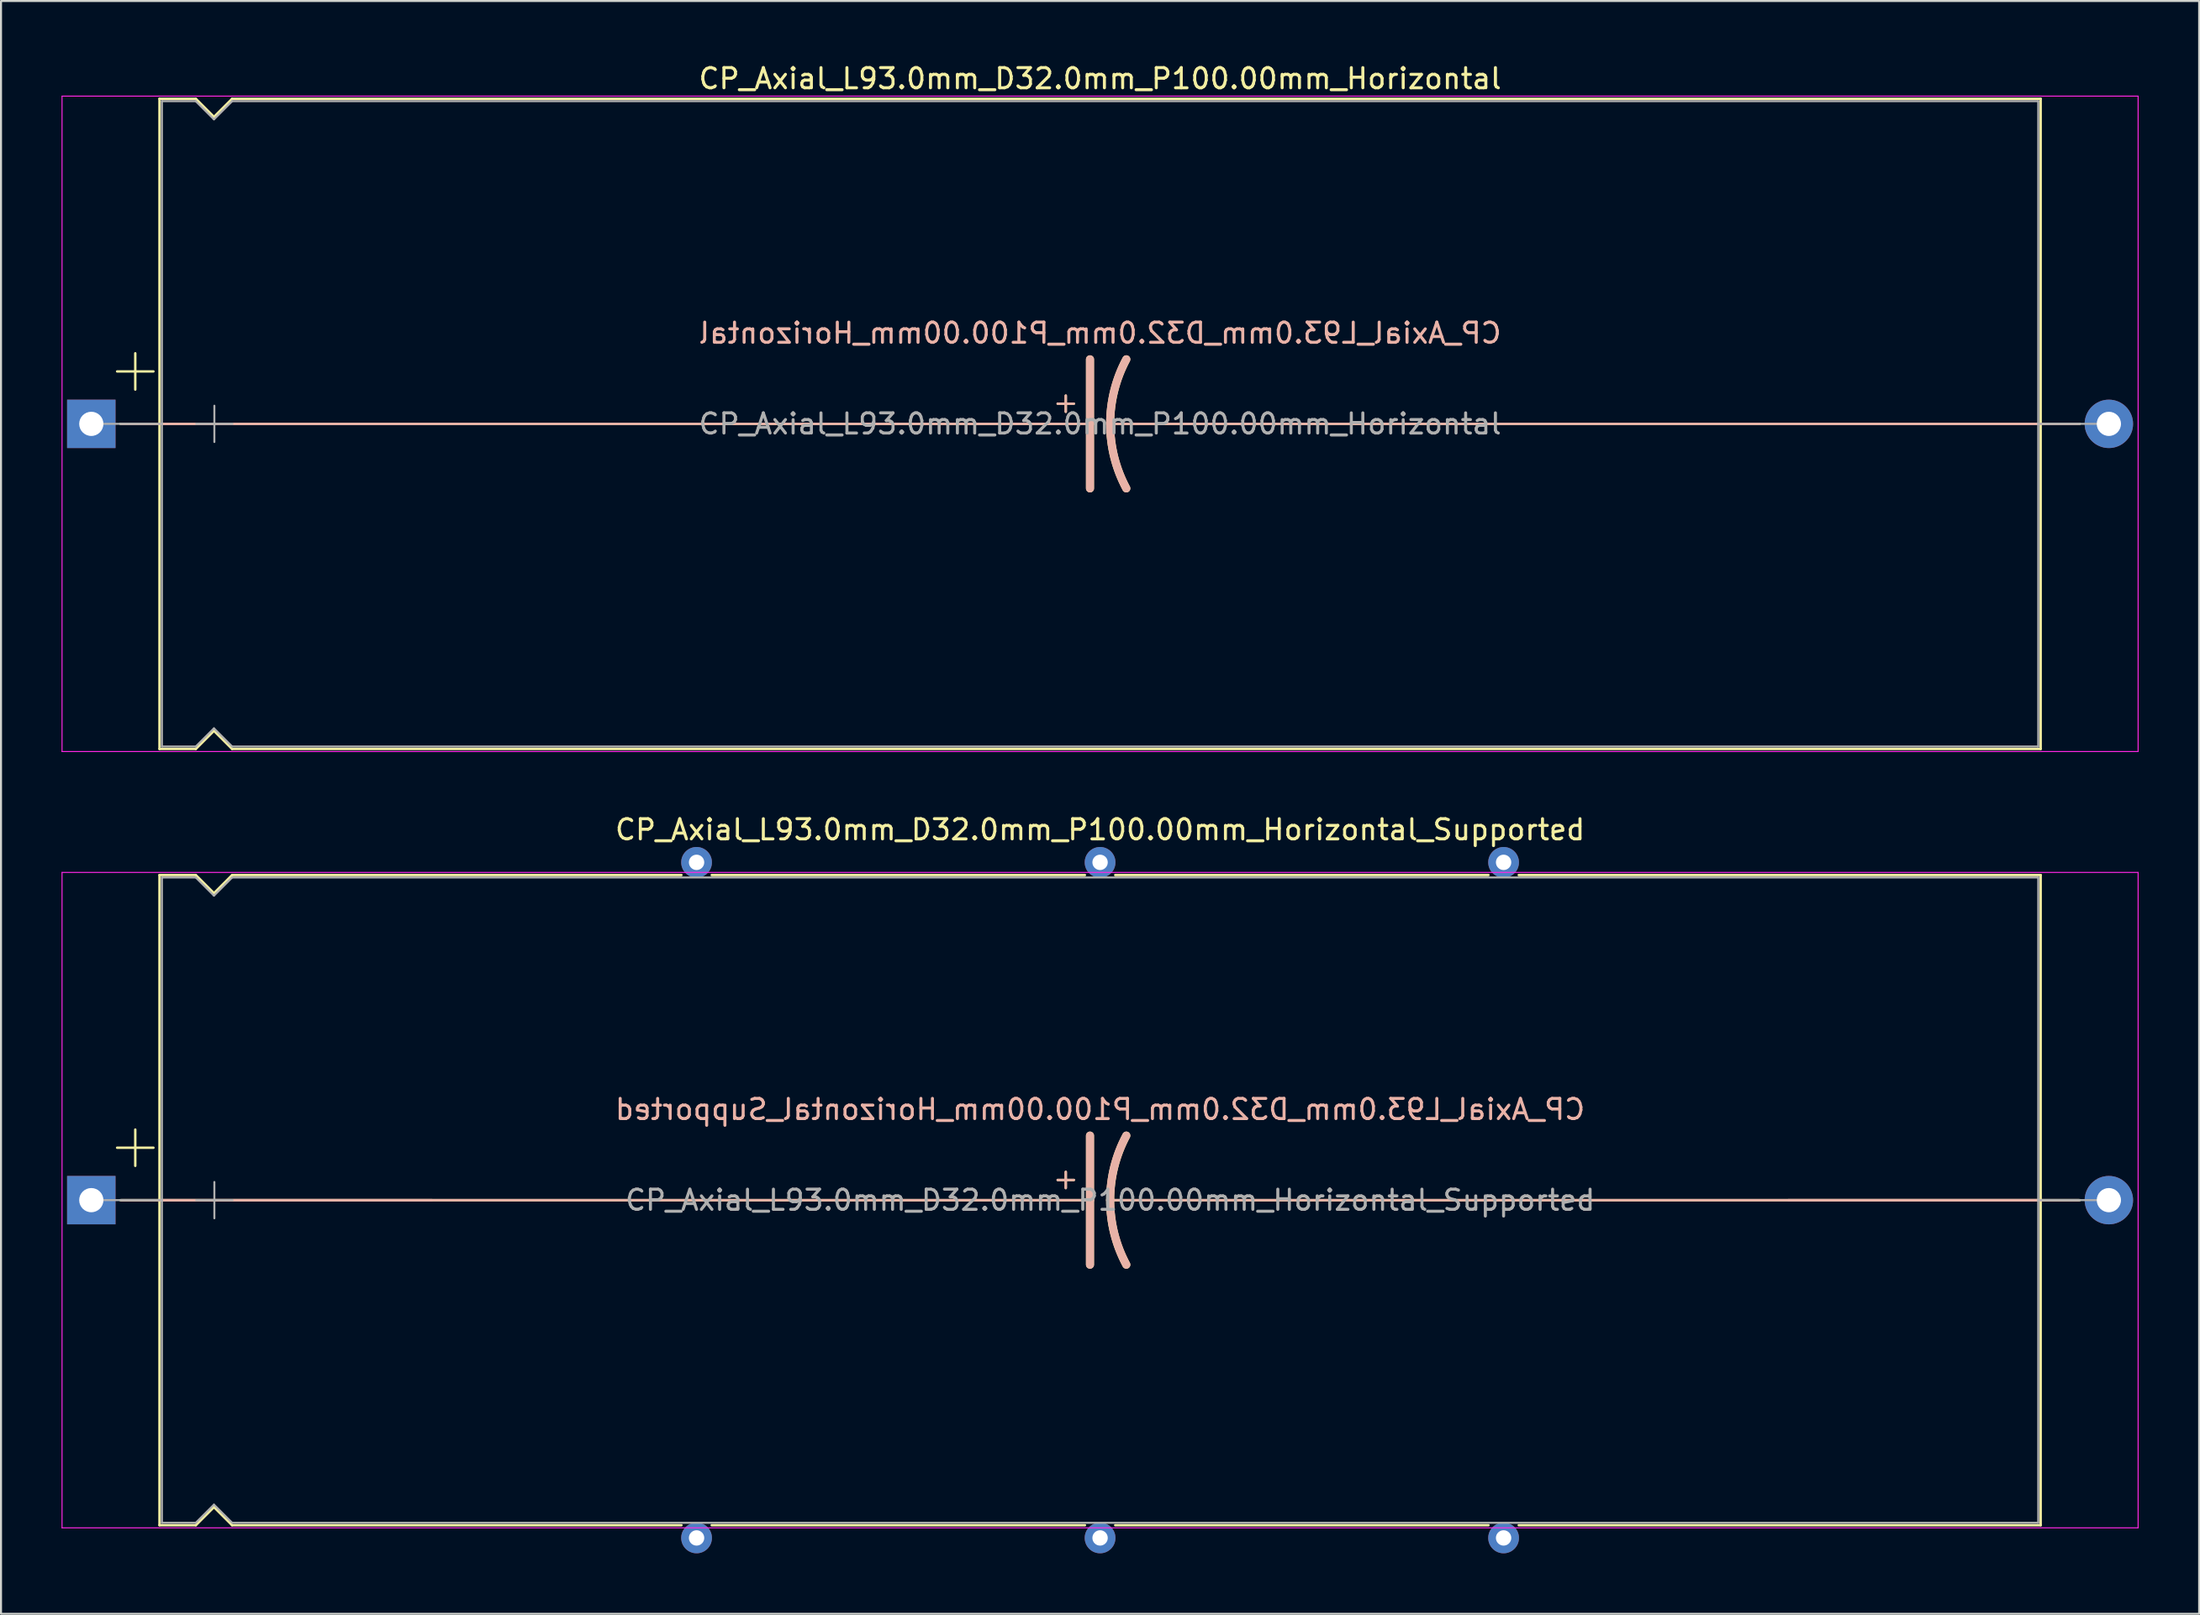
<source format=kicad_pcb>
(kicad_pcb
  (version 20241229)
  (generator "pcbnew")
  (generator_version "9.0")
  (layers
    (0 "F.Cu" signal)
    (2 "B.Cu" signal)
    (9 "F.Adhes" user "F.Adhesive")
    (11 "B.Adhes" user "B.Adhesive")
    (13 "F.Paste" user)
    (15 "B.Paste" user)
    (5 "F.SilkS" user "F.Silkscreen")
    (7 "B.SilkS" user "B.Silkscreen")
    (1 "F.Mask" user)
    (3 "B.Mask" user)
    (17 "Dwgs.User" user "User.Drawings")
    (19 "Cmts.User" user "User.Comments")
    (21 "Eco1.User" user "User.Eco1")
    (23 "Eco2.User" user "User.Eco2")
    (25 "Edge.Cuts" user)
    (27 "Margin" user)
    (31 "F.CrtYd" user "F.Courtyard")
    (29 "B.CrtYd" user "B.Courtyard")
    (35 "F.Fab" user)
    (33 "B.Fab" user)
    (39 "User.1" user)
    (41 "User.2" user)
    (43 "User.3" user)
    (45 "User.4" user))
  (footprint "CP_Axial_L93.0mm_D32.0mm_P100.00mm_Horizontal_Supported"
    (layer "F.Cu")
    (at 1.475 56.462)
    (property "Reference" "CP_Axial_L93.0mm_D32.0mm_P100.00mm_Horizontal_Supported" (at 50 -18.37 0) (layer "F.SilkS") (effects (font (size 1 1) (thickness 0.15))))
    (fp_line (start 1.28 -2.6) (end 3.08 -2.6) (stroke (width 0.12) (type solid)) (layer "F.SilkS"))
    (fp_line (start 1.44 0) (end 3.38 0) (stroke (width 0.12) (type solid)) (layer "F.SilkS"))
    (fp_line (start 2.18 -3.5) (end 2.18 -1.7) (stroke (width 0.12) (type solid)) (layer "F.SilkS"))
    (fp_line (start 3.38 -16.12) (end 3.38 16.12) (stroke (width 0.12) (type solid)) (layer "F.SilkS"))
    (fp_line (start 3.38 -16.12) (end 5.18 -16.12) (stroke (width 0.12) (type solid)) (layer "F.SilkS"))
    (fp_line (start 3.38 0) (end 49.5 0) (stroke (width 0.12) (type solid)) (layer "F.SilkS"))
    (fp_line (start 3.38 16.12) (end 5.18 16.12) (stroke (width 0.12) (type solid)) (layer "F.SilkS"))
    (fp_line (start 5.18 -16.12) (end 6.08 -15.22) (stroke (width 0.12) (type solid)) (layer "F.SilkS"))
    (fp_line (start 5.18 16.12) (end 6.08 15.22) (stroke (width 0.12) (type solid)) (layer "F.SilkS"))
    (fp_line (start 6.08 -15.22) (end 6.98 -16.12) (stroke (width 0.12) (type solid)) (layer "F.SilkS"))
    (fp_line (start 6.08 15.22) (end 6.98 16.12) (stroke (width 0.12) (type solid)) (layer "F.SilkS"))
    (fp_line (start 6.98 -16.12) (end 29.25 -16.12) (stroke (width 0.12) (type solid)) (layer "F.SilkS"))
    (fp_line (start 6.98 16.12) (end 29.25 16.12) (stroke (width 0.12) (type solid)) (layer "F.SilkS"))
    (fp_line (start 30.75 -16.12) (end 49.25 -16.12) (stroke (width 0.12) (type solid)) (layer "F.SilkS"))
    (fp_line (start 30.75 16.12) (end 49.25 16.12) (stroke (width 0.12) (type solid)) (layer "F.SilkS"))
    (fp_line (start 47.9 -1) (end 48.7 -1) (stroke (width 0.12) (type solid)) (layer "F.SilkS"))
    (fp_line (start 48.3 -1.4) (end 48.3 -0.6) (stroke (width 0.12) (type solid)) (layer "F.SilkS"))
    (fp_line (start 49.5 0) (end 49.5 -3.2) (stroke (width 0.4) (type solid)) (layer "F.SilkS"))
    (fp_line (start 49.5 0) (end 49.5 3.2) (stroke (width 0.4) (type solid)) (layer "F.SilkS"))
    (fp_line (start 50.75 -16.12) (end 69.25 -16.12) (stroke (width 0.12) (type solid)) (layer "F.SilkS"))
    (fp_line (start 50.75 16.12) (end 69.25 16.12) (stroke (width 0.12) (type solid)) (layer "F.SilkS"))
    (fp_line (start 70.75 -16.12) (end 96.62 -16.12) (stroke (width 0.12) (type solid)) (layer "F.SilkS"))
    (fp_line (start 70.75 16.12) (end 96.62 16.12) (stroke (width 0.12) (type solid)) (layer "F.SilkS"))
    (fp_line (start 96.62 -16.12) (end 96.62 16.12) (stroke (width 0.12) (type solid)) (layer "F.SilkS"))
    (fp_line (start 96.62 0) (end 50.5 0) (stroke (width 0.12) (type solid)) (layer "F.SilkS"))
    (fp_line (start 98.56 0) (end 96.62 0) (stroke (width 0.12) (type solid)) (layer "F.SilkS"))
    (fp_arc (start 50.5 0) (mid 50.703545 -1.649114) (end 51.3 -3.2) (stroke (width 0.4) (type solid)) (layer "F.SilkS"))
    (fp_arc (start 51.3 3.2) (mid 50.700704 1.649824) (end 50.5 0) (stroke (width 0.4) (type solid)) (layer "F.SilkS"))
    (fp_line (start 1.5 0) (end 16.88 0) (stroke (width 0.12) (type solid)) (layer "B.SilkS"))
    (fp_line (start 3.38 0) (end 49.5 0) (stroke (width 0.12) (type solid)) (layer "B.SilkS"))
    (fp_line (start 47.9 -1) (end 48.7 -1) (stroke (width 0.12) (type solid)) (layer "B.SilkS"))
    (fp_line (start 48.3 -0.6) (end 48.3 -1.4) (stroke (width 0.12) (type solid)) (layer "B.SilkS"))
    (fp_line (start 49.5 0) (end 49.5 -3.2) (stroke (width 0.4) (type solid)) (layer "B.SilkS"))
    (fp_line (start 49.5 0) (end 49.5 3.2) (stroke (width 0.4) (type solid)) (layer "B.SilkS"))
    (fp_line (start 96.62 0) (end 50.5 0) (stroke (width 0.12) (type solid)) (layer "B.SilkS"))
    (fp_line (start 98.5 0) (end 84.12 0) (stroke (width 0.12) (type solid)) (layer "B.SilkS"))
    (fp_arc (start 50.5 0) (mid 50.700703 -1.649824) (end 51.3 -3.2) (stroke (width 0.4) (type solid)) (layer "B.SilkS"))
    (fp_arc (start 51.3 3.2) (mid 50.703544 1.649114) (end 50.5 0) (stroke (width 0.4) (type solid)) (layer "B.SilkS"))
    (fp_line (start -1.45 -16.25) (end -1.45 16.25) (stroke (width 0.05) (type solid)) (layer "F.CrtYd"))
    (fp_line (start -1.45 16.25) (end 101.45 16.25) (stroke (width 0.05) (type solid)) (layer "F.CrtYd"))
    (fp_line (start 101.45 -16.25) (end -1.45 -16.25) (stroke (width 0.05) (type solid)) (layer "F.CrtYd"))
    (fp_line (start 101.45 16.25) (end 101.45 -16.25) (stroke (width 0.05) (type solid)) (layer "F.CrtYd"))
    (fp_line (start 0 0) (end 3.5 0) (stroke (width 0.1) (type solid)) (layer "F.Fab"))
    (fp_line (start 3.5 -16) (end 3.5 16) (stroke (width 0.1) (type solid)) (layer "F.Fab"))
    (fp_line (start 3.5 -16) (end 5.18 -16) (stroke (width 0.1) (type solid)) (layer "F.Fab"))
    (fp_line (start 3.5 16) (end 5.18 16) (stroke (width 0.1) (type solid)) (layer "F.Fab"))
    (fp_line (start 5.18 -16) (end 6.08 -15.1) (stroke (width 0.1) (type solid)) (layer "F.Fab"))
    (fp_line (start 5.18 16) (end 6.08 15.1) (stroke (width 0.1) (type solid)) (layer "F.Fab"))
    (fp_line (start 5.2 0) (end 7 0) (stroke (width 0.1) (type solid)) (layer "F.Fab"))
    (fp_line (start 6.08 -15.1) (end 6.98 -16) (stroke (width 0.1) (type solid)) (layer "F.Fab"))
    (fp_line (start 6.08 15.1) (end 6.98 16) (stroke (width 0.1) (type solid)) (layer "F.Fab"))
    (fp_line (start 6.1 -0.9) (end 6.1 0.9) (stroke (width 0.1) (type solid)) (layer "F.Fab"))
    (fp_line (start 6.98 -16) (end 96.5 -16) (stroke (width 0.1) (type solid)) (layer "F.Fab"))
    (fp_line (start 6.98 16) (end 96.5 16) (stroke (width 0.1) (type solid)) (layer "F.Fab"))
    (fp_line (start 96.5 -16) (end 96.5 16) (stroke (width 0.1) (type solid)) (layer "F.Fab"))
    (fp_line (start 100 0) (end 96.5 0) (stroke (width 0.1) (type solid)) (layer "F.Fab"))
    (fp_text user "${REFERENCE}" (at 50 -4.5 0) (layer "B.SilkS") (effects (font (size 1 1) (thickness 0.15)) (justify mirror)))
    (fp_text user "${REFERENCE}" (at 50.5 0 0) (layer "F.Fab") (effects (font (size 1 1) (thickness 0.15))))
    (pad "" thru_hole circle (at 30 -16.75) (size 1.524 1.524) (drill 0.762) (layers "*.Cu" "*.Mask"))
    (pad "" thru_hole circle (at 30 16.75) (size 1.524 1.524) (drill 0.762) (layers "*.Cu" "*.Mask"))
    (pad "" thru_hole circle (at 50 -16.75) (size 1.524 1.524) (drill 0.762) (layers "*.Cu" "*.Mask"))
    (pad "" thru_hole circle (at 50 16.75) (size 1.524 1.524) (drill 0.762) (layers "*.Cu" "*.Mask"))
    (pad "" thru_hole circle (at 70 -16.75) (size 1.524 1.524) (drill 0.762) (layers "*.Cu" "*.Mask"))
    (pad "" thru_hole circle (at 70 16.75) (size 1.524 1.524) (drill 0.762) (layers "*.Cu" "*.Mask"))
    (pad "1" thru_hole rect (at 0 0) (size 2.4 2.4) (drill 1.2) (layers "*.Cu" "*.Mask"))
    (pad "2" thru_hole oval (at 100 0) (size 2.4 2.4) (drill 1.2) (layers "*.Cu" "*.Mask")))
  (footprint "CP_Axial_L93.0mm_D32.0mm_P100.00mm_Horizontal"
    (layer "F.Cu")
    (at 1.475 17.968)
    (property "Reference" "CP_Axial_L93.0mm_D32.0mm_P100.00mm_Horizontal" (at 50 -17.12 0) (layer "F.SilkS") (effects (font (size 1 1) (thickness 0.15))))
    (fp_line (start 1.28 -2.6) (end 3.08 -2.6) (stroke (width 0.12) (type solid)) (layer "F.SilkS"))
    (fp_line (start 1.44 0) (end 3.38 0) (stroke (width 0.12) (type solid)) (layer "F.SilkS"))
    (fp_line (start 2.18 -3.5) (end 2.18 -1.7) (stroke (width 0.12) (type solid)) (layer "F.SilkS"))
    (fp_line (start 3.38 -16.12) (end 3.38 16.12) (stroke (width 0.12) (type solid)) (layer "F.SilkS"))
    (fp_line (start 3.38 -16.12) (end 5.18 -16.12) (stroke (width 0.12) (type solid)) (layer "F.SilkS"))
    (fp_line (start 3.38 0) (end 49.5 0) (stroke (width 0.12) (type solid)) (layer "F.SilkS"))
    (fp_line (start 3.38 16.12) (end 5.18 16.12) (stroke (width 0.12) (type solid)) (layer "F.SilkS"))
    (fp_line (start 5.18 -16.12) (end 6.08 -15.22) (stroke (width 0.12) (type solid)) (layer "F.SilkS"))
    (fp_line (start 5.18 16.12) (end 6.08 15.22) (stroke (width 0.12) (type solid)) (layer "F.SilkS"))
    (fp_line (start 6.08 -15.22) (end 6.98 -16.12) (stroke (width 0.12) (type solid)) (layer "F.SilkS"))
    (fp_line (start 6.08 15.22) (end 6.98 16.12) (stroke (width 0.12) (type solid)) (layer "F.SilkS"))
    (fp_line (start 6.98 -16.12) (end 96.62 -16.12) (stroke (width 0.12) (type solid)) (layer "F.SilkS"))
    (fp_line (start 6.98 16.12) (end 96.62 16.12) (stroke (width 0.12) (type solid)) (layer "F.SilkS"))
    (fp_line (start 47.9 -1) (end 48.7 -1) (stroke (width 0.12) (type solid)) (layer "F.SilkS"))
    (fp_line (start 48.3 -1.4) (end 48.3 -0.6) (stroke (width 0.12) (type solid)) (layer "F.SilkS"))
    (fp_line (start 49.5 0) (end 49.5 -3.2) (stroke (width 0.4) (type solid)) (layer "F.SilkS"))
    (fp_line (start 49.5 0) (end 49.5 3.2) (stroke (width 0.4) (type solid)) (layer "F.SilkS"))
    (fp_line (start 96.62 -16.12) (end 96.62 16.12) (stroke (width 0.12) (type solid)) (layer "F.SilkS"))
    (fp_line (start 96.62 0) (end 50.5 0) (stroke (width 0.12) (type solid)) (layer "F.SilkS"))
    (fp_line (start 98.56 0) (end 96.62 0) (stroke (width 0.12) (type solid)) (layer "F.SilkS"))
    (fp_arc (start 50.5 0) (mid 50.703545 -1.649114) (end 51.3 -3.2) (stroke (width 0.4) (type solid)) (layer "F.SilkS"))
    (fp_arc (start 51.3 3.2) (mid 50.700704 1.649824) (end 50.5 0) (stroke (width 0.4) (type solid)) (layer "F.SilkS"))
    (fp_line (start 1.5 0) (end 16.38 0) (stroke (width 0.12) (type solid)) (layer "B.SilkS"))
    (fp_line (start 3.38 0) (end 49.5 0) (stroke (width 0.12) (type solid)) (layer "B.SilkS"))
    (fp_line (start 47.9 -1) (end 48.7 -1) (stroke (width 0.12) (type solid)) (layer "B.SilkS"))
    (fp_line (start 48.3 -0.6) (end 48.3 -1.4) (stroke (width 0.12) (type solid)) (layer "B.SilkS"))
    (fp_line (start 49.5 0) (end 49.5 -3.2) (stroke (width 0.4) (type solid)) (layer "B.SilkS"))
    (fp_line (start 49.5 0) (end 49.5 3.2) (stroke (width 0.4) (type solid)) (layer "B.SilkS"))
    (fp_line (start 96.62 0) (end 50.5 0) (stroke (width 0.12) (type solid)) (layer "B.SilkS"))
    (fp_line (start 98.5 0) (end 83.62 0) (stroke (width 0.12) (type solid)) (layer "B.SilkS"))
    (fp_arc (start 50.5 0) (mid 50.700703 -1.649824) (end 51.3 -3.2) (stroke (width 0.4) (type solid)) (layer "B.SilkS"))
    (fp_arc (start 51.3 3.2) (mid 50.703544 1.649114) (end 50.5 0) (stroke (width 0.4) (type solid)) (layer "B.SilkS"))
    (fp_line (start -1.45 -16.25) (end -1.45 16.25) (stroke (width 0.05) (type solid)) (layer "F.CrtYd"))
    (fp_line (start -1.45 16.25) (end 101.45 16.25) (stroke (width 0.05) (type solid)) (layer "F.CrtYd"))
    (fp_line (start 101.45 -16.25) (end -1.45 -16.25) (stroke (width 0.05) (type solid)) (layer "F.CrtYd"))
    (fp_line (start 101.45 16.25) (end 101.45 -16.25) (stroke (width 0.05) (type solid)) (layer "F.CrtYd"))
    (fp_line (start 0 0) (end 3.5 0) (stroke (width 0.1) (type solid)) (layer "F.Fab"))
    (fp_line (start 3.5 -16) (end 3.5 16) (stroke (width 0.1) (type solid)) (layer "F.Fab"))
    (fp_line (start 3.5 -16) (end 5.18 -16) (stroke (width 0.1) (type solid)) (layer "F.Fab"))
    (fp_line (start 3.5 16) (end 5.18 16) (stroke (width 0.1) (type solid)) (layer "F.Fab"))
    (fp_line (start 5.18 -16) (end 6.08 -15.1) (stroke (width 0.1) (type solid)) (layer "F.Fab"))
    (fp_line (start 5.18 16) (end 6.08 15.1) (stroke (width 0.1) (type solid)) (layer "F.Fab"))
    (fp_line (start 5.2 0) (end 7 0) (stroke (width 0.1) (type solid)) (layer "F.Fab"))
    (fp_line (start 6.08 -15.1) (end 6.98 -16) (stroke (width 0.1) (type solid)) (layer "F.Fab"))
    (fp_line (start 6.08 15.1) (end 6.98 16) (stroke (width 0.1) (type solid)) (layer "F.Fab"))
    (fp_line (start 6.1 -0.9) (end 6.1 0.9) (stroke (width 0.1) (type solid)) (layer "F.Fab"))
    (fp_line (start 6.98 -16) (end 96.5 -16) (stroke (width 0.1) (type solid)) (layer "F.Fab"))
    (fp_line (start 6.98 16) (end 96.5 16) (stroke (width 0.1) (type solid)) (layer "F.Fab"))
    (fp_line (start 96.5 -16) (end 96.5 16) (stroke (width 0.1) (type solid)) (layer "F.Fab"))
    (fp_line (start 100 0) (end 96.5 0) (stroke (width 0.1) (type solid)) (layer "F.Fab"))
    (fp_text user "${REFERENCE}" (at 50 -4.5 0) (layer "B.SilkS") (effects (font (size 1 1) (thickness 0.15)) (justify mirror)))
    (fp_text user "${REFERENCE}" (at 50 0 0) (layer "F.Fab") (effects (font (size 1 1) (thickness 0.15))))
    (pad "1" thru_hole rect (at 0 0) (size 2.4 2.4) (drill 1.2) (layers "*.Cu" "*.Mask"))
    (pad "2" thru_hole oval (at 100 0) (size 2.4 2.4) (drill 1.2) (layers "*.Cu" "*.Mask")))
  (gr_rect
    (start -3 -3)
    (end 105.95 76.974)
    (stroke (width 0.1) (type default))
    (fill no)
    (layer "Edge.Cuts")))
</source>
